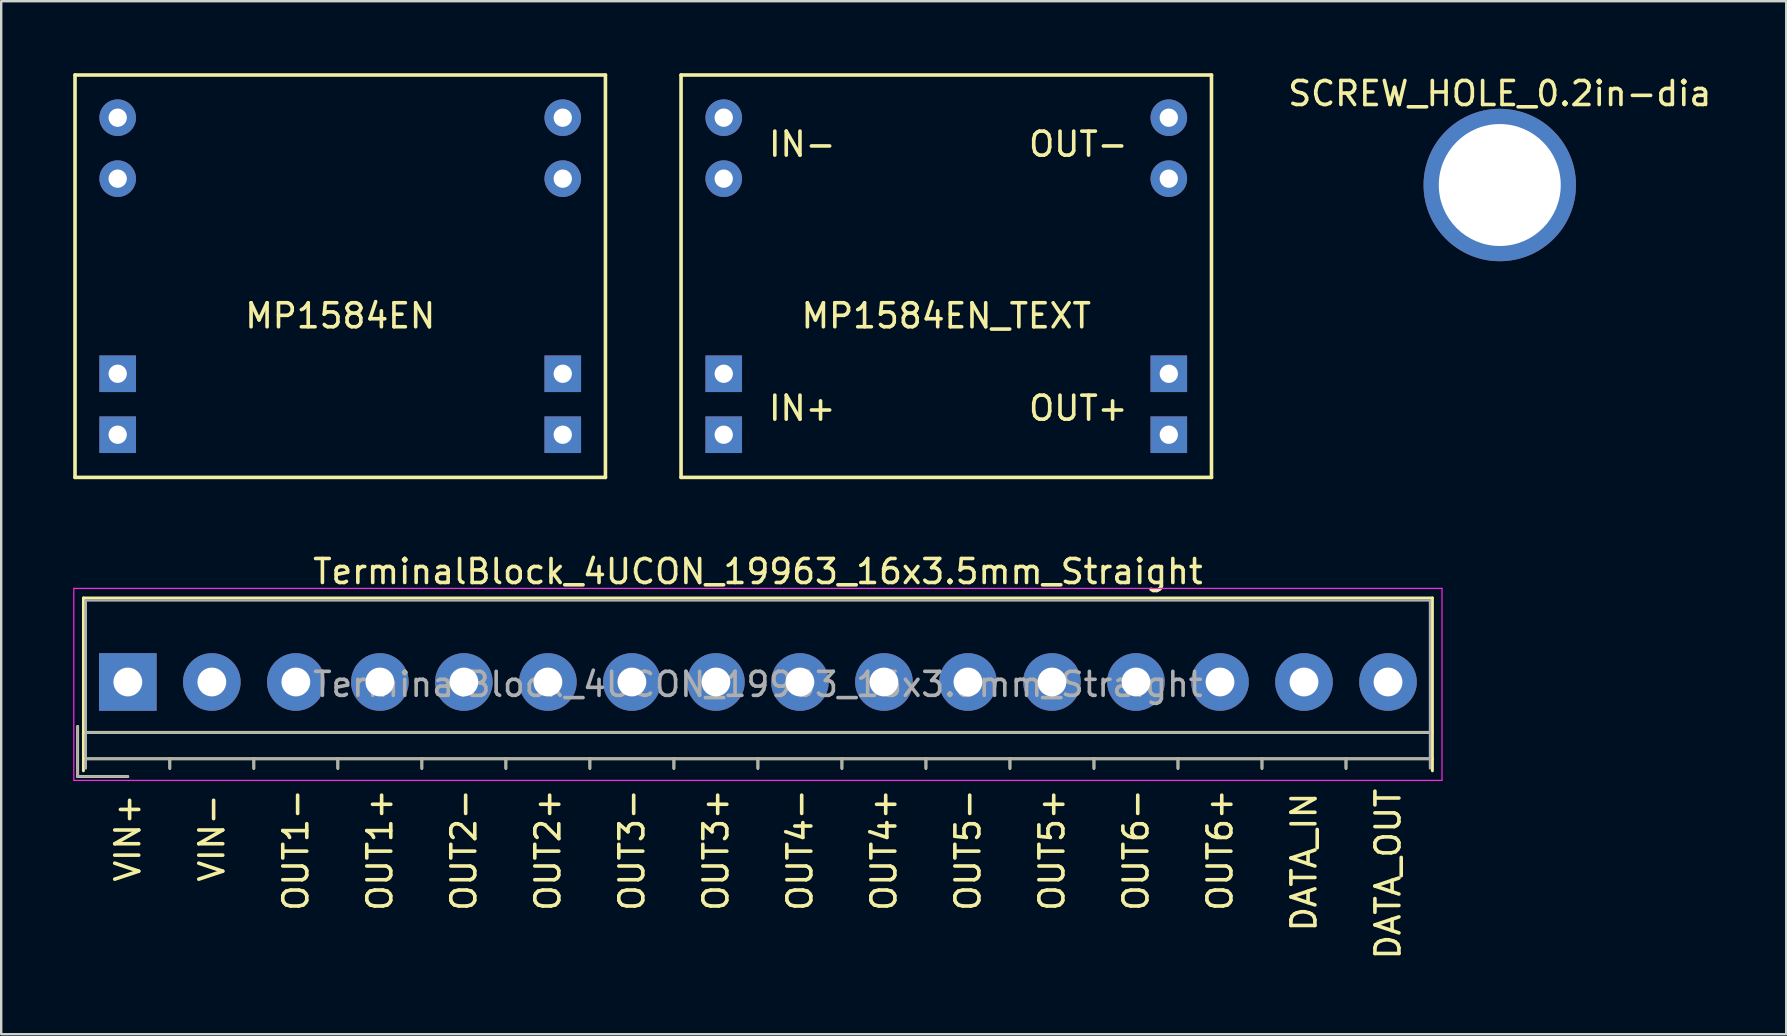
<source format=kicad_pcb>
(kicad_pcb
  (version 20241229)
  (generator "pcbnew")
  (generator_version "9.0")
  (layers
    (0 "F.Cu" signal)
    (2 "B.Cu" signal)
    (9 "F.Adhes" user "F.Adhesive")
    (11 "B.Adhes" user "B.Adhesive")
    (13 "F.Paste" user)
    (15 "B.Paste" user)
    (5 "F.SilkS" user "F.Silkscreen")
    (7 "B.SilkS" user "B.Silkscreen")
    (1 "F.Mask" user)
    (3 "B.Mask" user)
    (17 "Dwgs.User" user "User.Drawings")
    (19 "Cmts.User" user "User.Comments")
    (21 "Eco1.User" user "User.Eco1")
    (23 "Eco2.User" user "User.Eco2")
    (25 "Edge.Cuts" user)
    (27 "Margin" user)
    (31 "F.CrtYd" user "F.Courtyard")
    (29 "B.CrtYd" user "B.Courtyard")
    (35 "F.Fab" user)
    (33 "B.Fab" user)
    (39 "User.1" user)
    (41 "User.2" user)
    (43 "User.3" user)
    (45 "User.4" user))
  (footprint "TerminalBlock_4UCON_19963_16x3.5mm_Straight"
    (layer "F.Cu")
    (at 2.275 25.362)
    (property "Reference" "TerminalBlock_4UCON_19963_16x3.5mm_Straight" (at 26.25 -4.6 0) (layer "F.SilkS") (effects (font (size 1 1) (thickness 0.15))))
    (attr through_hole)
    (fp_line (start -2.09 1.85) (end -2.09 3.94) (stroke (width 0.12) (type solid)) (layer "F.SilkS"))
    (fp_line (start -2.09 3.94) (end 0 3.94) (stroke (width 0.12) (type solid)) (layer "F.SilkS"))
    (fp_line (start -1.85 -3.5) (end 54.35 -3.5) (stroke (width 0.12) (type solid)) (layer "F.SilkS"))
    (fp_line (start -1.85 2.1) (end 54.35 2.1) (stroke (width 0.12) (type solid)) (layer "F.SilkS"))
    (fp_line (start -1.85 3.2) (end 54.35 3.2) (stroke (width 0.12) (type solid)) (layer "F.SilkS"))
    (fp_line (start -1.85 3.7) (end -1.85 -3.5) (stroke (width 0.12) (type solid)) (layer "F.SilkS"))
    (fp_line (start 1.75 3.2) (end 1.75 3.6) (stroke (width 0.12) (type solid)) (layer "F.SilkS"))
    (fp_line (start 5.25 3.2) (end 5.25 3.6) (stroke (width 0.12) (type solid)) (layer "F.SilkS"))
    (fp_line (start 8.75 3.2) (end 8.75 3.6) (stroke (width 0.12) (type solid)) (layer "F.SilkS"))
    (fp_line (start 12.25 3.2) (end 12.25 3.6) (stroke (width 0.12) (type solid)) (layer "F.SilkS"))
    (fp_line (start 15.75 3.2) (end 15.75 3.6) (stroke (width 0.12) (type solid)) (layer "F.SilkS"))
    (fp_line (start 19.25 3.2) (end 19.25 3.6) (stroke (width 0.12) (type solid)) (layer "F.SilkS"))
    (fp_line (start 22.75 3.2) (end 22.75 3.6) (stroke (width 0.12) (type solid)) (layer "F.SilkS"))
    (fp_line (start 26.25 3.2) (end 26.25 3.6) (stroke (width 0.12) (type solid)) (layer "F.SilkS"))
    (fp_line (start 29.75 3.2) (end 29.75 3.6) (stroke (width 0.12) (type solid)) (layer "F.SilkS"))
    (fp_line (start 33.25 3.2) (end 33.25 3.6) (stroke (width 0.12) (type solid)) (layer "F.SilkS"))
    (fp_line (start 36.75 3.2) (end 36.75 3.6) (stroke (width 0.12) (type solid)) (layer "F.SilkS"))
    (fp_line (start 40.25 3.2) (end 40.25 3.6) (stroke (width 0.12) (type solid)) (layer "F.SilkS"))
    (fp_line (start 43.75 3.2) (end 43.75 3.6) (stroke (width 0.12) (type solid)) (layer "F.SilkS"))
    (fp_line (start 47.25 3.2) (end 47.25 3.6) (stroke (width 0.12) (type solid)) (layer "F.SilkS"))
    (fp_line (start 50.75 3.2) (end 50.75 3.6) (stroke (width 0.12) (type solid)) (layer "F.SilkS"))
    (fp_line (start 54.35 -3.5) (end 54.35 3.7) (stroke (width 0.12) (type solid)) (layer "F.SilkS"))
    (fp_line (start -2.25 -3.9) (end -2.25 4.1) (stroke (width 0.05) (type solid)) (layer "F.CrtYd"))
    (fp_line (start -2.25 4.1) (end 54.75 4.1) (stroke (width 0.05) (type solid)) (layer "F.CrtYd"))
    (fp_line (start 54.75 -3.9) (end -2.25 -3.9) (stroke (width 0.05) (type solid)) (layer "F.CrtYd"))
    (fp_line (start 54.75 4.1) (end 54.75 -3.9) (stroke (width 0.05) (type solid)) (layer "F.CrtYd"))
    (fp_line (start -2.09 1.85) (end -2.09 3.94) (stroke (width 0.1) (type solid)) (layer "F.Fab"))
    (fp_line (start -2.09 3.94) (end 0 3.94) (stroke (width 0.1) (type solid)) (layer "F.Fab"))
    (fp_line (start -1.75 -3.4) (end 54.25 -3.4) (stroke (width 0.1) (type solid)) (layer "F.Fab"))
    (fp_line (start -1.75 2.1) (end 54.25 2.1) (stroke (width 0.1) (type solid)) (layer "F.Fab"))
    (fp_line (start -1.75 3.2) (end 54.25 3.2) (stroke (width 0.1) (type solid)) (layer "F.Fab"))
    (fp_line (start -1.75 3.6) (end -1.75 -3.4) (stroke (width 0.1) (type solid)) (layer "F.Fab"))
    (fp_line (start 1.75 3.2) (end 1.75 3.6) (stroke (width 0.1) (type solid)) (layer "F.Fab"))
    (fp_line (start 5.25 3.2) (end 5.25 3.6) (stroke (width 0.1) (type solid)) (layer "F.Fab"))
    (fp_line (start 8.75 3.2) (end 8.75 3.6) (stroke (width 0.1) (type solid)) (layer "F.Fab"))
    (fp_line (start 12.25 3.2) (end 12.25 3.6) (stroke (width 0.1) (type solid)) (layer "F.Fab"))
    (fp_line (start 15.75 3.2) (end 15.75 3.6) (stroke (width 0.1) (type solid)) (layer "F.Fab"))
    (fp_line (start 19.25 3.2) (end 19.25 3.6) (stroke (width 0.1) (type solid)) (layer "F.Fab"))
    (fp_line (start 22.75 3.2) (end 22.75 3.6) (stroke (width 0.1) (type solid)) (layer "F.Fab"))
    (fp_line (start 26.25 3.2) (end 26.25 3.6) (stroke (width 0.1) (type solid)) (layer "F.Fab"))
    (fp_line (start 29.75 3.2) (end 29.75 3.6) (stroke (width 0.1) (type solid)) (layer "F.Fab"))
    (fp_line (start 33.25 3.2) (end 33.25 3.6) (stroke (width 0.1) (type solid)) (layer "F.Fab"))
    (fp_line (start 36.75 3.2) (end 36.75 3.6) (stroke (width 0.1) (type solid)) (layer "F.Fab"))
    (fp_line (start 40.25 3.2) (end 40.25 3.6) (stroke (width 0.1) (type solid)) (layer "F.Fab"))
    (fp_line (start 43.75 3.2) (end 43.75 3.6) (stroke (width 0.1) (type solid)) (layer "F.Fab"))
    (fp_line (start 47.25 3.2) (end 47.25 3.6) (stroke (width 0.1) (type solid)) (layer "F.Fab"))
    (fp_line (start 50.75 3.2) (end 50.75 3.6) (stroke (width 0.1) (type solid)) (layer "F.Fab"))
    (fp_line (start 54.25 -3.4) (end 54.25 3.6) (stroke (width 0.1) (type solid)) (layer "F.Fab"))
    (fp_text user "OUT4+" (at 31.5 7 90) (layer "F.SilkS") (effects (font (size 1 1) (thickness 0.15))))
    (fp_text user "DATA_IN" (at 49 7.5 90) (layer "F.SilkS") (effects (font (size 1 1) (thickness 0.15))))
    (fp_text user "OUT6+" (at 45.5 7 90) (layer "F.SilkS") (effects (font (size 1 1) (thickness 0.15))))
    (fp_text user "VIN+" (at 0 6.5 90) (layer "F.SilkS") (effects (font (size 1 1) (thickness 0.15))))
    (fp_text user "OUT1-" (at 7 7 90) (layer "F.SilkS") (effects (font (size 1 1) (thickness 0.15))))
    (fp_text user "VIN-" (at 3.5 6.5 90) (layer "F.SilkS") (effects (font (size 1 1) (thickness 0.15))))
    (fp_text user "DATA_OUT" (at 52.5 8 90) (layer "F.SilkS") (effects (font (size 1 1) (thickness 0.15))))
    (fp_text user "OUT2+" (at 17.5 7 90) (layer "F.SilkS") (effects (font (size 1 1) (thickness 0.15))))
    (fp_text user "OUT1+" (at 10.5 7 90) (layer "F.SilkS") (effects (font (size 1 1) (thickness 0.15))))
    (fp_text user "OUT6-" (at 42 7 90) (layer "F.SilkS") (effects (font (size 1 1) (thickness 0.15))))
    (fp_text user "OUT2-" (at 14 7 90) (layer "F.SilkS") (effects (font (size 1 1) (thickness 0.15))))
    (fp_text user "OUT5-" (at 35 7 90) (layer "F.SilkS") (effects (font (size 1 1) (thickness 0.15))))
    (fp_text user "OUT3-" (at 21 7 90) (layer "F.SilkS") (effects (font (size 1 1) (thickness 0.15))))
    (fp_text user "OUT5+" (at 38.5 7 90) (layer "F.SilkS") (effects (font (size 1 1) (thickness 0.15))))
    (fp_text user "OUT4-" (at 28 7 90) (layer "F.SilkS") (effects (font (size 1 1) (thickness 0.15))))
    (fp_text user "OUT3+" (at 24.5 7 90) (layer "F.SilkS") (effects (font (size 1 1) (thickness 0.15))))
    (fp_text user "${REFERENCE}" (at 26.25 0.1 0) (layer "F.Fab") (effects (font (size 1 1) (thickness 0.15))))
    (pad "1" thru_hole rect (at 0 0) (size 2.4 2.4) (drill 1.2) (layers "*.Cu" "*.Mask"))
    (pad "2" thru_hole circle (at 3.5 0) (size 2.4 2.4) (drill 1.2) (layers "*.Cu" "*.Mask"))
    (pad "3" thru_hole circle (at 7 0) (size 2.4 2.4) (drill 1.2) (layers "*.Cu" "*.Mask"))
    (pad "4" thru_hole circle (at 10.5 0) (size 2.4 2.4) (drill 1.2) (layers "*.Cu" "*.Mask"))
    (pad "5" thru_hole circle (at 14 0) (size 2.4 2.4) (drill 1.2) (layers "*.Cu" "*.Mask"))
    (pad "6" thru_hole circle (at 17.5 0) (size 2.4 2.4) (drill 1.2) (layers "*.Cu" "*.Mask"))
    (pad "7" thru_hole circle (at 21 0) (size 2.4 2.4) (drill 1.2) (layers "*.Cu" "*.Mask"))
    (pad "8" thru_hole circle (at 24.5 0) (size 2.4 2.4) (drill 1.2) (layers "*.Cu" "*.Mask"))
    (pad "9" thru_hole circle (at 28 0) (size 2.4 2.4) (drill 1.2) (layers "*.Cu" "*.Mask"))
    (pad "10" thru_hole circle (at 31.5 0) (size 2.4 2.4) (drill 1.2) (layers "*.Cu" "*.Mask"))
    (pad "11" thru_hole circle (at 35 0) (size 2.4 2.4) (drill 1.2) (layers "*.Cu" "*.Mask"))
    (pad "12" thru_hole circle (at 38.5 0) (size 2.4 2.4) (drill 1.2) (layers "*.Cu" "*.Mask"))
    (pad "13" thru_hole circle (at 42 0) (size 2.4 2.4) (drill 1.2) (layers "*.Cu" "*.Mask"))
    (pad "14" thru_hole circle (at 45.5 0) (size 2.4 2.4) (drill 1.2) (layers "*.Cu" "*.Mask"))
    (pad "15" thru_hole circle (at 49 0) (size 2.4 2.4) (drill 1.2) (layers "*.Cu" "*.Mask"))
    (pad "16" thru_hole circle (at 52.5 0) (size 2.4 2.4) (drill 1.2) (layers "*.Cu" "*.Mask")))
  (footprint "SCREW_HOLE_0.2in-dia"
    (layer "F.Cu")
    (at 59.431 4.658)
    (property "Reference" "SCREW_HOLE_0.2in-dia" (at 0 -3.81 0) (layer "F.SilkS") (effects (font (size 1 1) (thickness 0.15))))
    (attr through_hole)
    (pad "1" thru_hole circle (at 0 0) (size 6.35 6.35) (drill 5.08) (layers "*.Cu" "*.Mask")))
  (footprint "MP1584EN_TEXT"
    (layer "F.Cu")
    (at 36.372 8.457)
    (property "Reference" "MP1584EN_TEXT" (at 0 1.651 0) (layer "F.SilkS") (effects (font (size 1 1) (thickness 0.15))))
    (attr through_hole)
    (fp_line (start -11.049 -8.382) (end 11.049 -8.382) (stroke (width 0.15) (type solid)) (layer "F.SilkS"))
    (fp_line (start -11.049 8.382) (end -11.049 -8.382) (stroke (width 0.15) (type solid)) (layer "F.SilkS"))
    (fp_line (start 11.049 -8.382) (end 11.049 8.382) (stroke (width 0.15) (type solid)) (layer "F.SilkS"))
    (fp_line (start 11.049 8.382) (end -11.049 8.382) (stroke (width 0.15) (type solid)) (layer "F.SilkS"))
    (fp_text user "IN-" (at -6 -5.5 0) (layer "F.SilkS") (effects (font (size 1 1) (thickness 0.15))))
    (fp_text user "IN+" (at -6 5.5 0) (layer "F.SilkS") (effects (font (size 1 1) (thickness 0.15))))
    (fp_text user "OUT+" (at 5.5 5.5 0) (layer "F.SilkS") (effects (font (size 1 1) (thickness 0.15))))
    (fp_text user "OUT-" (at 5.5 -5.5 0) (layer "F.SilkS") (effects (font (size 1 1) (thickness 0.15))))
    (pad "1" thru_hole rect (at -9.271 4.064) (size 1.524 1.524) (drill 0.762) (layers "*.Cu" "*.Mask"))
    (pad "1" thru_hole rect (at -9.271 6.604) (size 1.524 1.524) (drill 0.762) (layers "*.Cu" "*.Mask"))
    (pad "2" thru_hole circle (at -9.271 -6.604) (size 1.524 1.524) (drill 0.762) (layers "*.Cu" "*.Mask"))
    (pad "2" thru_hole circle (at -9.271 -4.064) (size 1.524 1.524) (drill 0.762) (layers "*.Cu" "*.Mask"))
    (pad "3" thru_hole rect (at 9.271 4.064) (size 1.524 1.524) (drill 0.762) (layers "*.Cu" "*.Mask"))
    (pad "3" thru_hole rect (at 9.271 6.604) (size 1.524 1.524) (drill 0.762) (layers "*.Cu" "*.Mask"))
    (pad "4" thru_hole circle (at 9.271 -6.604) (size 1.524 1.524) (drill 0.762) (layers "*.Cu" "*.Mask"))
    (pad "4" thru_hole circle (at 9.271 -4.064) (size 1.524 1.524) (drill 0.762) (layers "*.Cu" "*.Mask")))
  (footprint "MP1584EN"
    (layer "F.Cu")
    (at 11.124 8.457)
    (property "Reference" "MP1584EN" (at 0 1.651 0) (layer "F.SilkS") (effects (font (size 1 1) (thickness 0.15))))
    (attr through_hole)
    (fp_line (start -11.049 -8.382) (end 11.049 -8.382) (stroke (width 0.15) (type solid)) (layer "F.SilkS"))
    (fp_line (start -11.049 8.382) (end -11.049 -8.382) (stroke (width 0.15) (type solid)) (layer "F.SilkS"))
    (fp_line (start 11.049 -8.382) (end 11.049 8.382) (stroke (width 0.15) (type solid)) (layer "F.SilkS"))
    (fp_line (start 11.049 8.382) (end -11.049 8.382) (stroke (width 0.15) (type solid)) (layer "F.SilkS"))
    (pad "1" thru_hole rect (at -9.271 4.064) (size 1.524 1.524) (drill 0.762) (layers "*.Cu" "*.Mask"))
    (pad "1" thru_hole rect (at -9.271 6.604) (size 1.524 1.524) (drill 0.762) (layers "*.Cu" "*.Mask"))
    (pad "2" thru_hole circle (at -9.271 -6.604) (size 1.524 1.524) (drill 0.762) (layers "*.Cu" "*.Mask"))
    (pad "2" thru_hole circle (at -9.271 -4.064) (size 1.524 1.524) (drill 0.762) (layers "*.Cu" "*.Mask"))
    (pad "3" thru_hole rect (at 9.271 4.064) (size 1.524 1.524) (drill 0.762) (layers "*.Cu" "*.Mask"))
    (pad "3" thru_hole rect (at 9.271 6.604) (size 1.524 1.524) (drill 0.762) (layers "*.Cu" "*.Mask"))
    (pad "4" thru_hole circle (at 9.271 -6.604) (size 1.524 1.524) (drill 0.762) (layers "*.Cu" "*.Mask"))
    (pad "4" thru_hole circle (at 9.271 -4.064) (size 1.524 1.524) (drill 0.762) (layers "*.Cu" "*.Mask")))
  (gr_rect
    (start -3 -3)
    (end 71.365 40.035)
    (stroke (width 0.1) (type default))
    (fill no)
    (layer "Edge.Cuts")))
</source>
